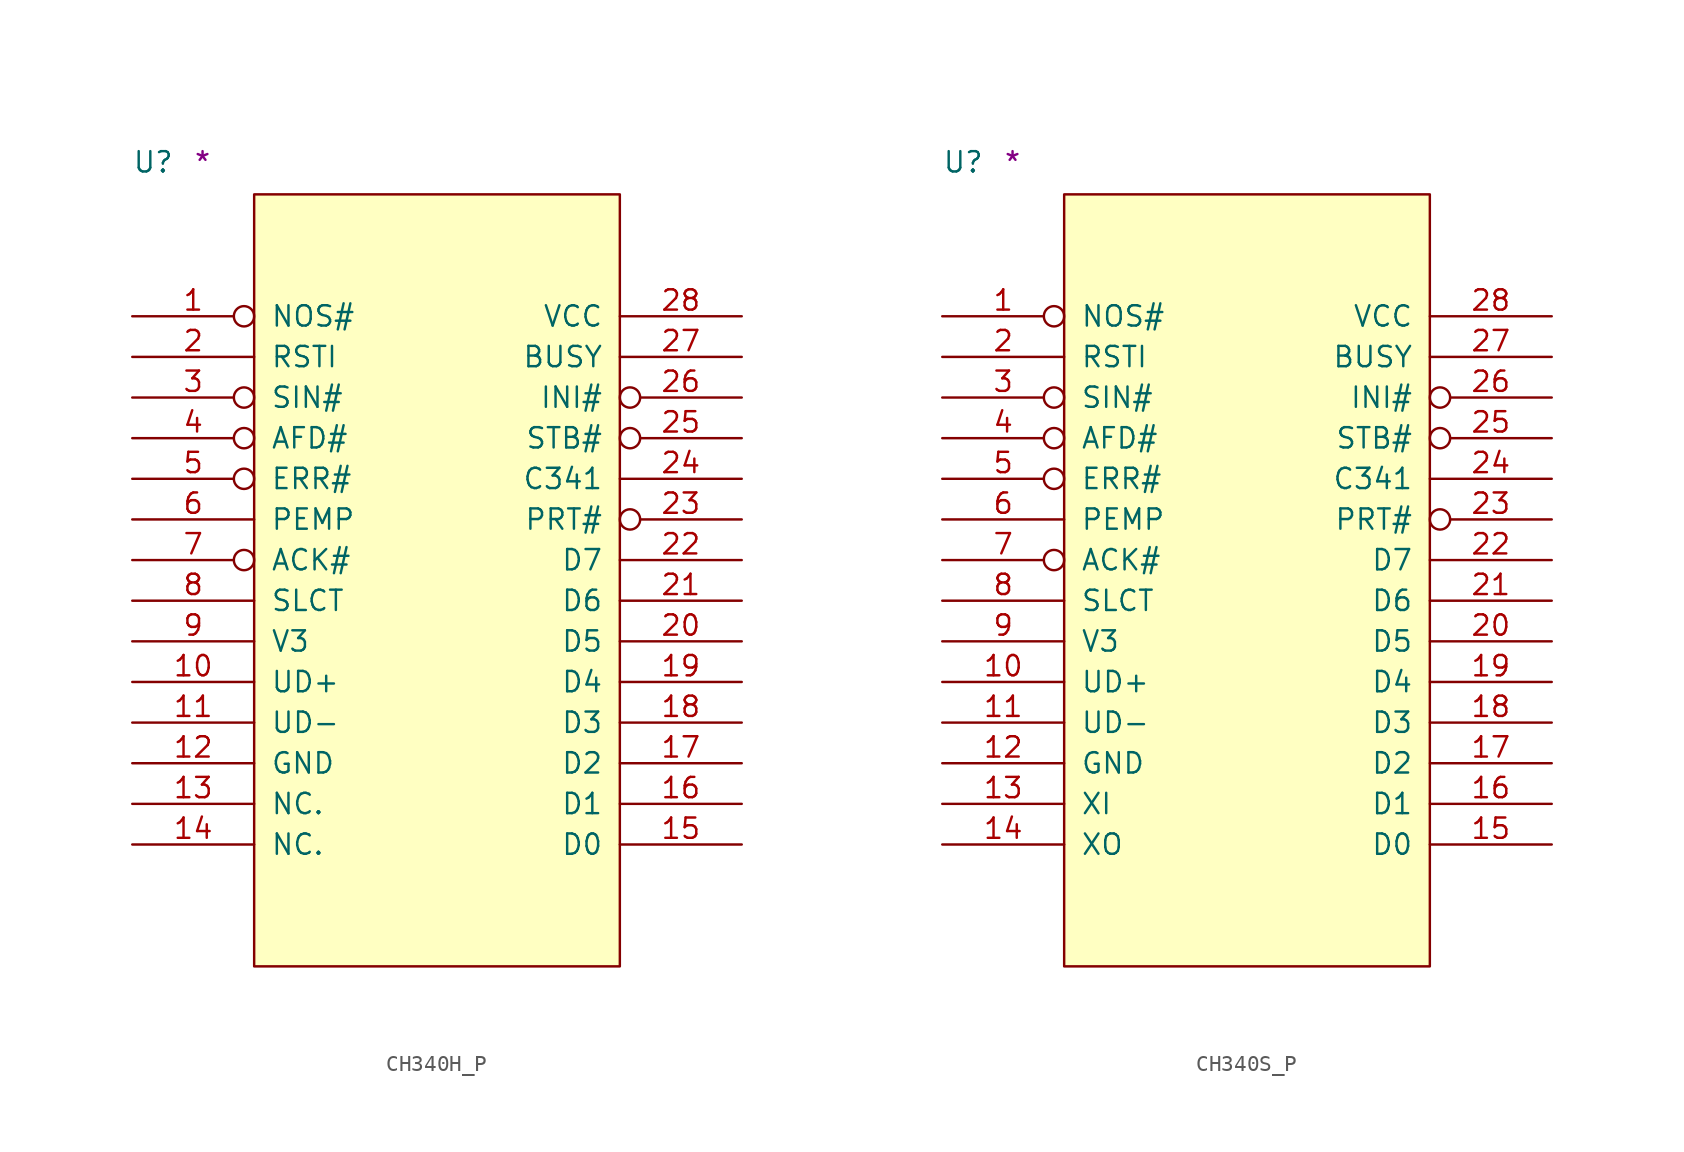
<source format=kicad_sym>
(kicad_symbol_lib
  (version 20211014)
  (generator kicad_symbol_editor)
  (symbol "CH340H_P"
    (pin_names
      (offset 1.016))
    (property "Reference" "U"
      (at -7.62 1.27 0)
      (effects (font (size 1.27 1.27)) (justify left bottom)))
    (property "Comment" "*"
      (at -3.81 1.27 0)
      (effects (font (size 1.27 1.27)) (justify left bottom)))
    (symbol "CH340H_P_1_1"
      (rectangle (start 0 -48.26) (end 22.86 0) (stroke (width 0) (type default) (color 0 0 0 0)) (fill (type background)))
      (pin input inverted (at -7.62 -7.62 0) (length 7.62) (name "NOS#" (effects (font (size 1.27 1.27)))) (number "1" (effects (font (size 1.27 1.27)))))
      (pin bidirectional line (at -7.62 -30.48 0) (length 7.62) (name "UD+" (effects (font (size 1.27 1.27)))) (number "10" (effects (font (size 1.27 1.27)))))
      (pin bidirectional line (at -7.62 -33.02 0) (length 7.62) (name "UD-" (effects (font (size 1.27 1.27)))) (number "11" (effects (font (size 1.27 1.27)))))
      (pin power_in line (at -7.62 -35.56 0) (length 7.62) (name "GND" (effects (font (size 1.27 1.27)))) (number "12" (effects (font (size 1.27 1.27)))))
      (pin passive line (at -7.62 -38.1 0) (length 7.62) (name "NC." (effects (font (size 1.27 1.27)))) (number "13" (effects (font (size 1.27 1.27)))))
      (pin passive line (at -7.62 -40.64 0) (length 7.62) (name "NC." (effects (font (size 1.27 1.27)))) (number "14" (effects (font (size 1.27 1.27)))))
      (pin bidirectional line (at 30.48 -40.64 180) (length 7.62) (name "D0" (effects (font (size 1.27 1.27)))) (number "15" (effects (font (size 1.27 1.27)))))
      (pin bidirectional line (at 30.48 -38.1 180) (length 7.62) (name "D1" (effects (font (size 1.27 1.27)))) (number "16" (effects (font (size 1.27 1.27)))))
      (pin bidirectional line (at 30.48 -35.56 180) (length 7.62) (name "D2" (effects (font (size 1.27 1.27)))) (number "17" (effects (font (size 1.27 1.27)))))
      (pin bidirectional line (at 30.48 -33.02 180) (length 7.62) (name "D3" (effects (font (size 1.27 1.27)))) (number "18" (effects (font (size 1.27 1.27)))))
      (pin bidirectional line (at 30.48 -30.48 180) (length 7.62) (name "D4" (effects (font (size 1.27 1.27)))) (number "19" (effects (font (size 1.27 1.27)))))
      (pin input line (at -7.62 -10.16 0) (length 7.62) (name "RSTI" (effects (font (size 1.27 1.27)))) (number "2" (effects (font (size 1.27 1.27)))))
      (pin bidirectional line (at 30.48 -27.94 180) (length 7.62) (name "D5" (effects (font (size 1.27 1.27)))) (number "20" (effects (font (size 1.27 1.27)))))
      (pin bidirectional line (at 30.48 -25.4 180) (length 7.62) (name "D6" (effects (font (size 1.27 1.27)))) (number "21" (effects (font (size 1.27 1.27)))))
      (pin bidirectional line (at 30.48 -22.86 180) (length 7.62) (name "D7" (effects (font (size 1.27 1.27)))) (number "22" (effects (font (size 1.27 1.27)))))
      (pin bidirectional inverted (at 30.48 -20.32 180) (length 7.62) (name "PRT#" (effects (font (size 1.27 1.27)))) (number "23" (effects (font (size 1.27 1.27)))))
      (pin passive line (at 30.48 -17.78 180) (length 7.62) (name "C341" (effects (font (size 1.27 1.27)))) (number "24" (effects (font (size 1.27 1.27)))))
      (pin output inverted (at 30.48 -15.24 180) (length 7.62) (name "STB#" (effects (font (size 1.27 1.27)))) (number "25" (effects (font (size 1.27 1.27)))))
      (pin output inverted (at 30.48 -12.7 180) (length 7.62) (name "INI#" (effects (font (size 1.27 1.27)))) (number "26" (effects (font (size 1.27 1.27)))))
      (pin input line (at 30.48 -10.16 180) (length 7.62) (name "BUSY" (effects (font (size 1.27 1.27)))) (number "27" (effects (font (size 1.27 1.27)))))
      (pin power_in line (at 30.48 -7.62 180) (length 7.62) (name "VCC" (effects (font (size 1.27 1.27)))) (number "28" (effects (font (size 1.27 1.27)))))
      (pin output inverted (at -7.62 -12.7 0) (length 7.62) (name "SIN#" (effects (font (size 1.27 1.27)))) (number "3" (effects (font (size 1.27 1.27)))))
      (pin output inverted (at -7.62 -15.24 0) (length 7.62) (name "AFD#" (effects (font (size 1.27 1.27)))) (number "4" (effects (font (size 1.27 1.27)))))
      (pin input inverted (at -7.62 -17.78 0) (length 7.62) (name "ERR#" (effects (font (size 1.27 1.27)))) (number "5" (effects (font (size 1.27 1.27)))))
      (pin input line (at -7.62 -20.32 0) (length 7.62) (name "PEMP" (effects (font (size 1.27 1.27)))) (number "6" (effects (font (size 1.27 1.27)))))
      (pin input inverted (at -7.62 -22.86 0) (length 7.62) (name "ACK#" (effects (font (size 1.27 1.27)))) (number "7" (effects (font (size 1.27 1.27)))))
      (pin input line (at -7.62 -25.4 0) (length 7.62) (name "SLCT" (effects (font (size 1.27 1.27)))) (number "8" (effects (font (size 1.27 1.27)))))
      (pin power_in line (at -7.62 -27.94 0) (length 7.62) (name "V3" (effects (font (size 1.27 1.27)))) (number "9" (effects (font (size 1.27 1.27)))))))
  (symbol "CH340S_P"
    (pin_names
      (offset 1.016))
    (property "Reference" "U"
      (at -7.62 1.27 0)
      (effects (font (size 1.27 1.27)) (justify left bottom)))
    (property "Comment" "*"
      (at -3.81 1.27 0)
      (effects (font (size 1.27 1.27)) (justify left bottom)))
    (symbol "CH340S_P_1_1"
      (rectangle (start 0 -48.26) (end 22.86 0) (stroke (width 0) (type default) (color 0 0 0 0)) (fill (type background)))
      (pin input inverted (at -7.62 -7.62 0) (length 7.62) (name "NOS#" (effects (font (size 1.27 1.27)))) (number "1" (effects (font (size 1.27 1.27)))))
      (pin bidirectional line (at -7.62 -30.48 0) (length 7.62) (name "UD+" (effects (font (size 1.27 1.27)))) (number "10" (effects (font (size 1.27 1.27)))))
      (pin bidirectional line (at -7.62 -33.02 0) (length 7.62) (name "UD-" (effects (font (size 1.27 1.27)))) (number "11" (effects (font (size 1.27 1.27)))))
      (pin power_in line (at -7.62 -35.56 0) (length 7.62) (name "GND" (effects (font (size 1.27 1.27)))) (number "12" (effects (font (size 1.27 1.27)))))
      (pin input line (at -7.62 -38.1 0) (length 7.62) (name "XI" (effects (font (size 1.27 1.27)))) (number "13" (effects (font (size 1.27 1.27)))))
      (pin output line (at -7.62 -40.64 0) (length 7.62) (name "XO" (effects (font (size 1.27 1.27)))) (number "14" (effects (font (size 1.27 1.27)))))
      (pin bidirectional line (at 30.48 -40.64 180) (length 7.62) (name "D0" (effects (font (size 1.27 1.27)))) (number "15" (effects (font (size 1.27 1.27)))))
      (pin bidirectional line (at 30.48 -38.1 180) (length 7.62) (name "D1" (effects (font (size 1.27 1.27)))) (number "16" (effects (font (size 1.27 1.27)))))
      (pin bidirectional line (at 30.48 -35.56 180) (length 7.62) (name "D2" (effects (font (size 1.27 1.27)))) (number "17" (effects (font (size 1.27 1.27)))))
      (pin bidirectional line (at 30.48 -33.02 180) (length 7.62) (name "D3" (effects (font (size 1.27 1.27)))) (number "18" (effects (font (size 1.27 1.27)))))
      (pin bidirectional line (at 30.48 -30.48 180) (length 7.62) (name "D4" (effects (font (size 1.27 1.27)))) (number "19" (effects (font (size 1.27 1.27)))))
      (pin input line (at -7.62 -10.16 0) (length 7.62) (name "RSTI" (effects (font (size 1.27 1.27)))) (number "2" (effects (font (size 1.27 1.27)))))
      (pin bidirectional line (at 30.48 -27.94 180) (length 7.62) (name "D5" (effects (font (size 1.27 1.27)))) (number "20" (effects (font (size 1.27 1.27)))))
      (pin bidirectional line (at 30.48 -25.4 180) (length 7.62) (name "D6" (effects (font (size 1.27 1.27)))) (number "21" (effects (font (size 1.27 1.27)))))
      (pin bidirectional line (at 30.48 -22.86 180) (length 7.62) (name "D7" (effects (font (size 1.27 1.27)))) (number "22" (effects (font (size 1.27 1.27)))))
      (pin bidirectional inverted (at 30.48 -20.32 180) (length 7.62) (name "PRT#" (effects (font (size 1.27 1.27)))) (number "23" (effects (font (size 1.27 1.27)))))
      (pin passive line (at 30.48 -17.78 180) (length 7.62) (name "C341" (effects (font (size 1.27 1.27)))) (number "24" (effects (font (size 1.27 1.27)))))
      (pin output inverted (at 30.48 -15.24 180) (length 7.62) (name "STB#" (effects (font (size 1.27 1.27)))) (number "25" (effects (font (size 1.27 1.27)))))
      (pin output inverted (at 30.48 -12.7 180) (length 7.62) (name "INI#" (effects (font (size 1.27 1.27)))) (number "26" (effects (font (size 1.27 1.27)))))
      (pin input line (at 30.48 -10.16 180) (length 7.62) (name "BUSY" (effects (font (size 1.27 1.27)))) (number "27" (effects (font (size 1.27 1.27)))))
      (pin power_in line (at 30.48 -7.62 180) (length 7.62) (name "VCC" (effects (font (size 1.27 1.27)))) (number "28" (effects (font (size 1.27 1.27)))))
      (pin output inverted (at -7.62 -12.7 0) (length 7.62) (name "SIN#" (effects (font (size 1.27 1.27)))) (number "3" (effects (font (size 1.27 1.27)))))
      (pin output inverted (at -7.62 -15.24 0) (length 7.62) (name "AFD#" (effects (font (size 1.27 1.27)))) (number "4" (effects (font (size 1.27 1.27)))))
      (pin input inverted (at -7.62 -17.78 0) (length 7.62) (name "ERR#" (effects (font (size 1.27 1.27)))) (number "5" (effects (font (size 1.27 1.27)))))
      (pin input line (at -7.62 -20.32 0) (length 7.62) (name "PEMP" (effects (font (size 1.27 1.27)))) (number "6" (effects (font (size 1.27 1.27)))))
      (pin input inverted (at -7.62 -22.86 0) (length 7.62) (name "ACK#" (effects (font (size 1.27 1.27)))) (number "7" (effects (font (size 1.27 1.27)))))
      (pin input line (at -7.62 -25.4 0) (length 7.62) (name "SLCT" (effects (font (size 1.27 1.27)))) (number "8" (effects (font (size 1.27 1.27)))))
      (pin power_in line (at -7.62 -27.94 0) (length 7.62) (name "V3" (effects (font (size 1.27 1.27)))) (number "9" (effects (font (size 1.27 1.27))))))))
</source>
